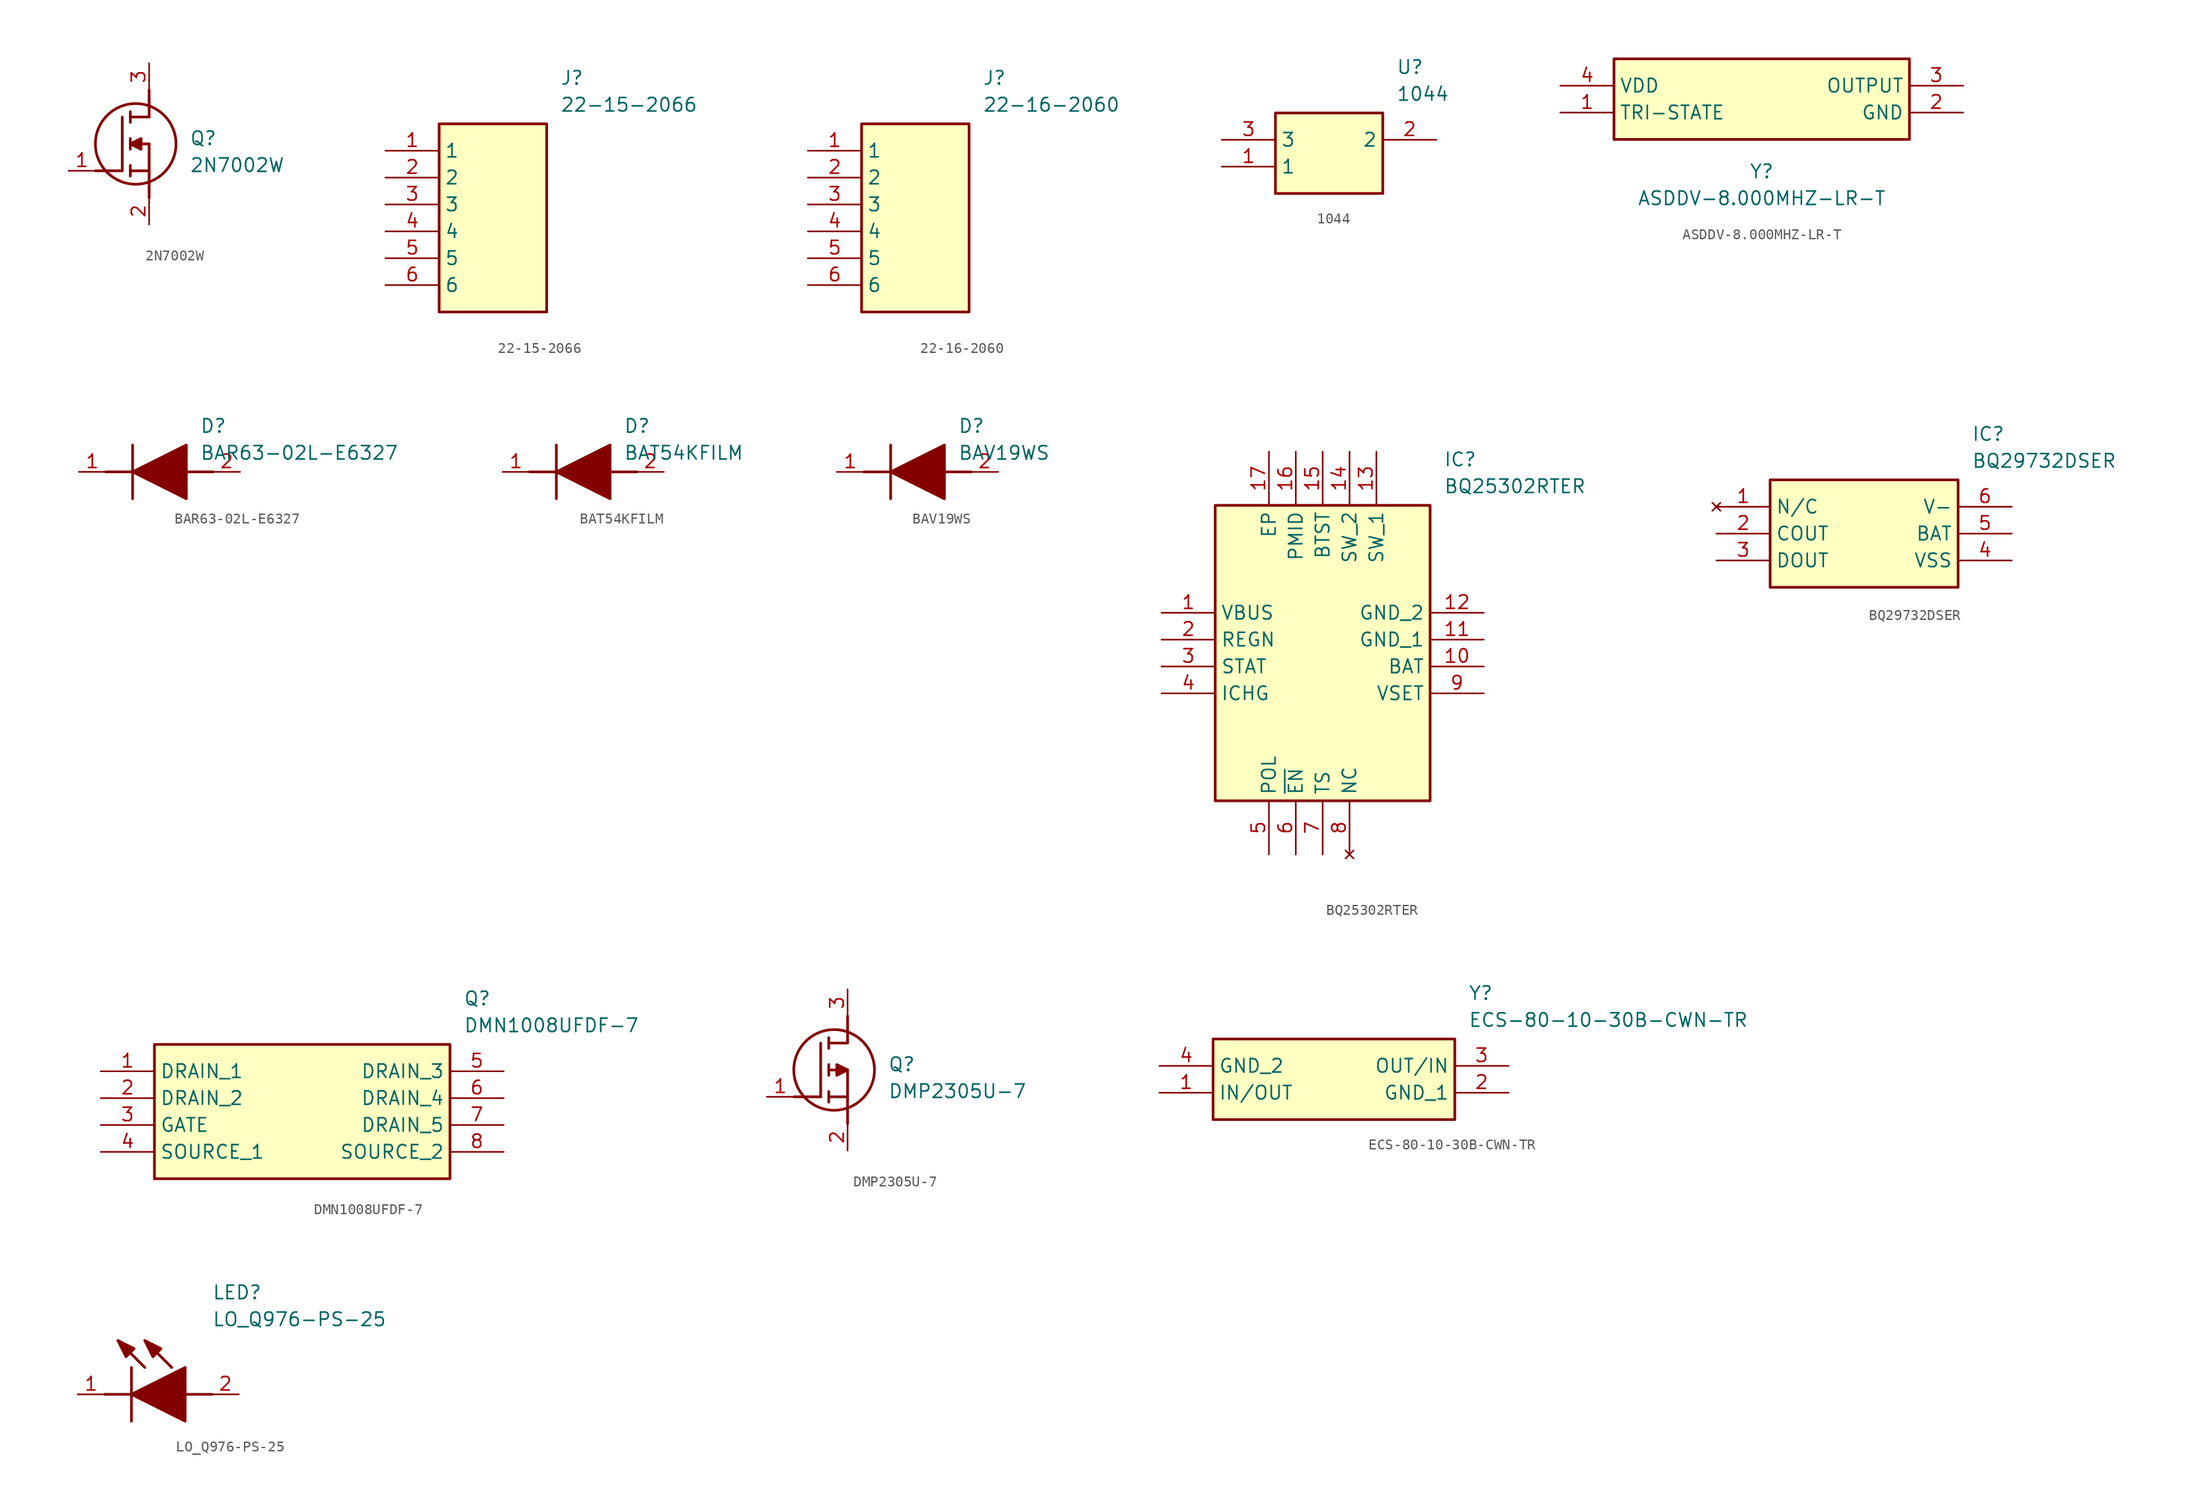
<source format=kicad_sym>
(kicad_symbol_lib
  (version 20231120)
  (generator "kicad_symbol_editor")
  (generator_version "8.0")
  (symbol "2N7002W"
    (pin_names hide)
    (property "Reference" "Q"
      (at 11.43 3.81 0)
      (effects (font (size 1.27 1.27)) (justify left top)))
    (property "Value" "2N7002W"
      (at 11.43 1.27 0)
      (effects (font (size 1.27 1.27)) (justify left top)))
    (symbol "2N7002W_1_1"
      (polyline (pts (xy 2.54 0) (xy 5.08 0)) (stroke (width 0.254) (type default)) (fill (type none)))
      (polyline (pts (xy 5.08 5.08) (xy 5.08 0)) (stroke (width 0.254) (type default)) (fill (type none)))
      (polyline (pts (xy 5.842 -0.508) (xy 5.842 0.508)) (stroke (width 0.254) (type default)) (fill (type none)))
      (polyline (pts (xy 5.842 0) (xy 7.62 0)) (stroke (width 0.254) (type default)) (fill (type none)))
      (polyline (pts (xy 5.842 2.032) (xy 5.842 3.048)) (stroke (width 0.254) (type default)) (fill (type none)))
      (polyline (pts (xy 5.842 5.588) (xy 5.842 4.572)) (stroke (width 0.254) (type default)) (fill (type none)))
      (polyline (pts (xy 7.62 2.54) (xy 5.842 2.54)) (stroke (width 0.254) (type default)) (fill (type none)))
      (polyline (pts (xy 7.62 2.54) (xy 7.62 -2.54)) (stroke (width 0.254) (type default)) (fill (type none)))
      (polyline (pts (xy 7.62 5.08) (xy 5.842 5.08)) (stroke (width 0.254) (type default)) (fill (type none)))
      (polyline (pts (xy 7.62 5.08) (xy 7.62 7.62)) (stroke (width 0.254) (type default)) (fill (type none)))
      (polyline (pts (xy 5.842 2.54) (xy 6.858 3.048) (xy 6.858 2.032) (xy 5.842 2.54)) (stroke (width 0.254) (type default)) (fill (type outline)))
      (circle (center 6.35 2.54) (radius 3.81) (stroke (width 0.254) (type default)) (fill (type none)))
      (pin passive line (at 0 0 0) (length 2.54) (name "G" (effects (font (size 1.27 1.27)))) (number "1" (effects (font (size 1.27 1.27)))))
      (pin passive line (at 7.62 -5.08 90) (length 2.54) (name "S" (effects (font (size 1.27 1.27)))) (number "2" (effects (font (size 1.27 1.27)))))
      (pin passive line (at 7.62 10.16 270) (length 2.54) (name "D" (effects (font (size 1.27 1.27)))) (number "3" (effects (font (size 1.27 1.27)))))))
  (symbol "22-15-2066"
    (property "Reference" "J"
      (at 16.51 7.62 0)
      (effects (font (size 1.27 1.27)) (justify left top)))
    (property "Value" "22-15-2066"
      (at 16.51 5.08 0)
      (effects (font (size 1.27 1.27)) (justify left top)))
    (symbol "22-15-2066_1_1"
      (rectangle (start 5.08 2.54) (end 15.24 -15.24) (stroke (width 0.254) (type default)) (fill (type background)))
      (pin passive line (at 0 0 0) (length 5.08) (name "1" (effects (font (size 1.27 1.27)))) (number "1" (effects (font (size 1.27 1.27)))))
      (pin passive line (at 0 -2.54 0) (length 5.08) (name "2" (effects (font (size 1.27 1.27)))) (number "2" (effects (font (size 1.27 1.27)))))
      (pin passive line (at 0 -5.08 0) (length 5.08) (name "3" (effects (font (size 1.27 1.27)))) (number "3" (effects (font (size 1.27 1.27)))))
      (pin passive line (at 0 -7.62 0) (length 5.08) (name "4" (effects (font (size 1.27 1.27)))) (number "4" (effects (font (size 1.27 1.27)))))
      (pin passive line (at 0 -10.16 0) (length 5.08) (name "5" (effects (font (size 1.27 1.27)))) (number "5" (effects (font (size 1.27 1.27)))))
      (pin passive line (at 0 -12.7 0) (length 5.08) (name "6" (effects (font (size 1.27 1.27)))) (number "6" (effects (font (size 1.27 1.27)))))))
  (symbol "22-16-2060"
    (property "Reference" "J"
      (at 16.51 7.62 0)
      (effects (font (size 1.27 1.27)) (justify left top)))
    (property "Value" "22-16-2060"
      (at 16.51 5.08 0)
      (effects (font (size 1.27 1.27)) (justify left top)))
    (symbol "22-16-2060_1_1"
      (rectangle (start 5.08 2.54) (end 15.24 -15.24) (stroke (width 0.254) (type default)) (fill (type background)))
      (pin passive line (at 0 0 0) (length 5.08) (name "1" (effects (font (size 1.27 1.27)))) (number "1" (effects (font (size 1.27 1.27)))))
      (pin passive line (at 0 -2.54 0) (length 5.08) (name "2" (effects (font (size 1.27 1.27)))) (number "2" (effects (font (size 1.27 1.27)))))
      (pin passive line (at 0 -5.08 0) (length 5.08) (name "3" (effects (font (size 1.27 1.27)))) (number "3" (effects (font (size 1.27 1.27)))))
      (pin passive line (at 0 -7.62 0) (length 5.08) (name "4" (effects (font (size 1.27 1.27)))) (number "4" (effects (font (size 1.27 1.27)))))
      (pin passive line (at 0 -10.16 0) (length 5.08) (name "5" (effects (font (size 1.27 1.27)))) (number "5" (effects (font (size 1.27 1.27)))))
      (pin passive line (at 0 -12.7 0) (length 5.08) (name "6" (effects (font (size 1.27 1.27)))) (number "6" (effects (font (size 1.27 1.27)))))))
  (symbol "1044"
    (property "Reference" "U"
      (at 16.51 7.62 0)
      (effects (font (size 1.27 1.27)) (justify left top)))
    (property "Value" "1044"
      (at 16.51 5.08 0)
      (effects (font (size 1.27 1.27)) (justify left top)))
    (symbol "1044_1_1"
      (rectangle (start 5.08 2.54) (end 15.24 -5.08) (stroke (width 0.254) (type default)) (fill (type background)))
      (pin passive line (at 0 -2.54 0) (length 5.08) (name "1" (effects (font (size 1.27 1.27)))) (number "1" (effects (font (size 1.27 1.27)))))
      (pin passive line (at 20.32 0 180) (length 5.08) (name "2" (effects (font (size 1.27 1.27)))) (number "2" (effects (font (size 1.27 1.27)))))
      (pin passive line (at 0 0 0) (length 5.08) (name "3" (effects (font (size 1.27 1.27)))) (number "3" (effects (font (size 1.27 1.27)))))))
  (symbol "ASDDV-8.000MHZ-LR-T"
    (property "Reference" "Y"
      (at 0 -6.096 0)
      (effects (font (size 1.27 1.27)) (justify top)))
    (property "Value" "ASDDV-8.000MHZ-LR-T"
      (at 0 -8.636 0)
      (effects (font (size 1.27 1.27)) (justify top)))
    (symbol "ASDDV-8.000MHZ-LR-T_1_1"
      (rectangle (start -13.97 3.81) (end 13.97 -3.81) (stroke (width 0.254) (type default)) (fill (type background)))
      (pin passive line (at -19.05 -1.27 0) (length 5.08) (name "TRI-STATE" (effects (font (size 1.27 1.27)))) (number "1" (effects (font (size 1.27 1.27)))))
      (pin passive line (at 19.05 -1.27 180) (length 5.08) (name "GND" (effects (font (size 1.27 1.27)))) (number "2" (effects (font (size 1.27 1.27)))))
      (pin passive line (at 19.05 1.27 180) (length 5.08) (name "OUTPUT" (effects (font (size 1.27 1.27)))) (number "3" (effects (font (size 1.27 1.27)))))
      (pin passive line (at -19.05 1.27 0) (length 5.08) (name "VDD" (effects (font (size 1.27 1.27)))) (number "4" (effects (font (size 1.27 1.27)))))))
  (symbol "BAR63-02L-E6327"
    (pin_names hide)
    (property "Reference" "D"
      (at 11.43 5.08 0)
      (effects (font (size 1.27 1.27)) (justify left top)))
    (property "Value" "BAR63-02L-E6327"
      (at 11.43 2.54 0)
      (effects (font (size 1.27 1.27)) (justify left top)))
    (polyline
      (pts (xy 5.08 2.54) (xy 5.08 -2.54))
      (stroke (width 0.254) (type default))
      (fill (type none)))
    (polyline
      (pts (xy 2.54 0) (xy 5.08 0))
      (stroke (width 0.254) (type default))
      (fill (type none)))
    (polyline
      (pts (xy 10.16 0) (xy 12.7 0))
      (stroke (width 0.254) (type default))
      (fill (type none)))
    (polyline
      (pts (xy 5.08 0) (xy 10.16 2.54) (xy 10.16 -2.54) (xy 5.08 0))
      (stroke (width 0.254) (type default))
      (fill (type outline)))
    (pin passive line
      (at 0 0 0)
      (length 2.54)
      (name "K" (effects (font (size 1.27 1.27))))
      (number "1" (effects (font (size 1.27 1.27)))))
    (pin passive line
      (at 15.24 0 180)
      (length 2.54)
      (name "A" (effects (font (size 1.27 1.27))))
      (number "2" (effects (font (size 1.27 1.27))))))
  (symbol "BAT54KFILM"
    (pin_names hide)
    (property "Reference" "D"
      (at 11.43 5.08 0)
      (effects (font (size 1.27 1.27)) (justify left top)))
    (property "Value" "BAT54KFILM"
      (at 11.43 2.54 0)
      (effects (font (size 1.27 1.27)) (justify left top)))
    (symbol "BAT54KFILM_1_1"
      (polyline (pts (xy 2.54 0) (xy 5.08 0)) (stroke (width 0.254) (type default)) (fill (type none)))
      (polyline (pts (xy 5.08 2.54) (xy 5.08 -2.54)) (stroke (width 0.254) (type default)) (fill (type none)))
      (polyline (pts (xy 10.16 0) (xy 12.7 0)) (stroke (width 0.254) (type default)) (fill (type none)))
      (polyline (pts (xy 5.08 0) (xy 10.16 2.54) (xy 10.16 -2.54) (xy 5.08 0)) (stroke (width 0.254) (type default)) (fill (type outline)))
      (pin passive line (at 0 0 0) (length 2.54) (name "K" (effects (font (size 1.27 1.27)))) (number "1" (effects (font (size 1.27 1.27)))))
      (pin passive line (at 15.24 0 180) (length 2.54) (name "A" (effects (font (size 1.27 1.27)))) (number "2" (effects (font (size 1.27 1.27)))))))
  (symbol "BAV19WS"
    (pin_names hide)
    (property "Reference" "D"
      (at 11.43 5.08 0)
      (effects (font (size 1.27 1.27)) (justify left top)))
    (property "Value" "BAV19WS"
      (at 11.43 2.54 0)
      (effects (font (size 1.27 1.27)) (justify left top)))
    (polyline
      (pts (xy 5.08 2.54) (xy 5.08 -2.54))
      (stroke (width 0.254) (type default))
      (fill (type none)))
    (polyline
      (pts (xy 2.54 0) (xy 5.08 0))
      (stroke (width 0.254) (type default))
      (fill (type none)))
    (polyline
      (pts (xy 10.16 0) (xy 12.7 0))
      (stroke (width 0.254) (type default))
      (fill (type none)))
    (polyline
      (pts (xy 5.08 0) (xy 10.16 2.54) (xy 10.16 -2.54) (xy 5.08 0))
      (stroke (width 0.254) (type default))
      (fill (type outline)))
    (pin passive line
      (at 0 0 0)
      (length 2.54)
      (name "K" (effects (font (size 1.27 1.27))))
      (number "1" (effects (font (size 1.27 1.27)))))
    (pin passive line
      (at 15.24 0 180)
      (length 2.54)
      (name "A" (effects (font (size 1.27 1.27))))
      (number "2" (effects (font (size 1.27 1.27))))))
  (symbol "BQ25302RTER"
    (property "Reference" "IC"
      (at 26.67 15.24 0)
      (effects (font (size 1.27 1.27)) (justify left top)))
    (property "Value" "BQ25302RTER"
      (at 26.67 12.7 0)
      (effects (font (size 1.27 1.27)) (justify left top)))
    (symbol "BQ25302RTER_1_1"
      (rectangle (start 5.08 10.16) (end 25.4 -17.78) (stroke (width 0.254) (type default)) (fill (type background)))
      (pin passive line (at 0 0 0) (length 5.08) (name "VBUS" (effects (font (size 1.27 1.27)))) (number "1" (effects (font (size 1.27 1.27)))))
      (pin passive line (at 30.48 -5.08 180) (length 5.08) (name "BAT" (effects (font (size 1.27 1.27)))) (number "10" (effects (font (size 1.27 1.27)))))
      (pin passive line (at 30.48 -2.54 180) (length 5.08) (name "GND_1" (effects (font (size 1.27 1.27)))) (number "11" (effects (font (size 1.27 1.27)))))
      (pin passive line (at 30.48 0 180) (length 5.08) (name "GND_2" (effects (font (size 1.27 1.27)))) (number "12" (effects (font (size 1.27 1.27)))))
      (pin passive line (at 20.32 15.24 270) (length 5.08) (name "SW_1" (effects (font (size 1.27 1.27)))) (number "13" (effects (font (size 1.27 1.27)))))
      (pin passive line (at 17.78 15.24 270) (length 5.08) (name "SW_2" (effects (font (size 1.27 1.27)))) (number "14" (effects (font (size 1.27 1.27)))))
      (pin passive line (at 15.24 15.24 270) (length 5.08) (name "BTST" (effects (font (size 1.27 1.27)))) (number "15" (effects (font (size 1.27 1.27)))))
      (pin passive line (at 12.7 15.24 270) (length 5.08) (name "PMID" (effects (font (size 1.27 1.27)))) (number "16" (effects (font (size 1.27 1.27)))))
      (pin passive line (at 10.16 15.24 270) (length 5.08) (name "EP" (effects (font (size 1.27 1.27)))) (number "17" (effects (font (size 1.27 1.27)))))
      (pin passive line (at 0 -2.54 0) (length 5.08) (name "REGN" (effects (font (size 1.27 1.27)))) (number "2" (effects (font (size 1.27 1.27)))))
      (pin passive line (at 0 -5.08 0) (length 5.08) (name "STAT" (effects (font (size 1.27 1.27)))) (number "3" (effects (font (size 1.27 1.27)))))
      (pin passive line (at 0 -7.62 0) (length 5.08) (name "ICHG" (effects (font (size 1.27 1.27)))) (number "4" (effects (font (size 1.27 1.27)))))
      (pin passive line (at 10.16 -22.86 90) (length 5.08) (name "POL" (effects (font (size 1.27 1.27)))) (number "5" (effects (font (size 1.27 1.27)))))
      (pin passive line (at 12.7 -22.86 90) (length 5.08) (name "~{EN}" (effects (font (size 1.27 1.27)))) (number "6" (effects (font (size 1.27 1.27)))))
      (pin passive line (at 15.24 -22.86 90) (length 5.08) (name "TS" (effects (font (size 1.27 1.27)))) (number "7" (effects (font (size 1.27 1.27)))))
      (pin no_connect line (at 17.78 -22.86 90) (length 5.08) (name "NC" (effects (font (size 1.27 1.27)))) (number "8" (effects (font (size 1.27 1.27)))))
      (pin passive line (at 30.48 -7.62 180) (length 5.08) (name "VSET" (effects (font (size 1.27 1.27)))) (number "9" (effects (font (size 1.27 1.27)))))))
  (symbol "BQ29732DSER"
    (property "Reference" "IC"
      (at 24.13 7.62 0)
      (effects (font (size 1.27 1.27)) (justify left top)))
    (property "Value" "BQ29732DSER"
      (at 24.13 5.08 0)
      (effects (font (size 1.27 1.27)) (justify left top)))
    (symbol "BQ29732DSER_1_1"
      (rectangle (start 5.08 2.54) (end 22.86 -7.62) (stroke (width 0.254) (type default)) (fill (type background)))
      (pin no_connect line (at 0 0 0) (length 5.08) (name "N/C" (effects (font (size 1.27 1.27)))) (number "1" (effects (font (size 1.27 1.27)))))
      (pin output line (at 0 -2.54 0) (length 5.08) (name "COUT" (effects (font (size 1.27 1.27)))) (number "2" (effects (font (size 1.27 1.27)))))
      (pin output line (at 0 -5.08 0) (length 5.08) (name "DOUT" (effects (font (size 1.27 1.27)))) (number "3" (effects (font (size 1.27 1.27)))))
      (pin power_in line (at 27.94 -5.08 180) (length 5.08) (name "VSS" (effects (font (size 1.27 1.27)))) (number "4" (effects (font (size 1.27 1.27)))))
      (pin power_in line (at 27.94 -2.54 180) (length 5.08) (name "BAT" (effects (font (size 1.27 1.27)))) (number "5" (effects (font (size 1.27 1.27)))))
      (pin bidirectional line (at 27.94 0 180) (length 5.08) (name "V-" (effects (font (size 1.27 1.27)))) (number "6" (effects (font (size 1.27 1.27)))))))
  (symbol "DMN1008UFDF-7"
    (property "Reference" "Q"
      (at 34.29 7.62 0)
      (effects (font (size 1.27 1.27)) (justify left top)))
    (property "Value" "DMN1008UFDF-7"
      (at 34.29 5.08 0)
      (effects (font (size 1.27 1.27)) (justify left top)))
    (symbol "DMN1008UFDF-7_1_1"
      (rectangle (start 5.08 2.54) (end 33.02 -10.16) (stroke (width 0.254) (type default)) (fill (type background)))
      (pin passive line (at 0 0 0) (length 5.08) (name "DRAIN_1" (effects (font (size 1.27 1.27)))) (number "1" (effects (font (size 1.27 1.27)))))
      (pin passive line (at 0 -2.54 0) (length 5.08) (name "DRAIN_2" (effects (font (size 1.27 1.27)))) (number "2" (effects (font (size 1.27 1.27)))))
      (pin passive line (at 0 -5.08 0) (length 5.08) (name "GATE" (effects (font (size 1.27 1.27)))) (number "3" (effects (font (size 1.27 1.27)))))
      (pin passive line (at 0 -7.62 0) (length 5.08) (name "SOURCE_1" (effects (font (size 1.27 1.27)))) (number "4" (effects (font (size 1.27 1.27)))))
      (pin passive line (at 38.1 0 180) (length 5.08) (name "DRAIN_3" (effects (font (size 1.27 1.27)))) (number "5" (effects (font (size 1.27 1.27)))))
      (pin passive line (at 38.1 -2.54 180) (length 5.08) (name "DRAIN_4" (effects (font (size 1.27 1.27)))) (number "6" (effects (font (size 1.27 1.27)))))
      (pin passive line (at 38.1 -5.08 180) (length 5.08) (name "DRAIN_5" (effects (font (size 1.27 1.27)))) (number "7" (effects (font (size 1.27 1.27)))))
      (pin passive line (at 38.1 -7.62 180) (length 5.08) (name "SOURCE_2" (effects (font (size 1.27 1.27)))) (number "8" (effects (font (size 1.27 1.27)))))))
  (symbol "DMP2305U-7"
    (pin_names hide)
    (property "Reference" "Q"
      (at 11.43 3.81 0)
      (effects (font (size 1.27 1.27)) (justify left top)))
    (property "Value" "DMP2305U-7"
      (at 11.43 1.27 0)
      (effects (font (size 1.27 1.27)) (justify left top)))
    (symbol "DMP2305U-7_1_1"
      (polyline (pts (xy 2.54 0) (xy 5.08 0)) (stroke (width 0.254) (type default)) (fill (type none)))
      (polyline (pts (xy 5.08 5.08) (xy 5.08 0)) (stroke (width 0.254) (type default)) (fill (type none)))
      (polyline (pts (xy 5.842 -0.508) (xy 5.842 0.508)) (stroke (width 0.254) (type default)) (fill (type none)))
      (polyline (pts (xy 5.842 0) (xy 7.62 0)) (stroke (width 0.254) (type default)) (fill (type none)))
      (polyline (pts (xy 5.842 2.032) (xy 5.842 3.048)) (stroke (width 0.254) (type default)) (fill (type none)))
      (polyline (pts (xy 5.842 5.588) (xy 5.842 4.572)) (stroke (width 0.254) (type default)) (fill (type none)))
      (polyline (pts (xy 7.62 2.54) (xy 5.842 2.54)) (stroke (width 0.254) (type default)) (fill (type none)))
      (polyline (pts (xy 7.62 2.54) (xy 7.62 -2.54)) (stroke (width 0.254) (type default)) (fill (type none)))
      (polyline (pts (xy 7.62 5.08) (xy 5.842 5.08)) (stroke (width 0.254) (type default)) (fill (type none)))
      (polyline (pts (xy 7.62 5.08) (xy 7.62 7.62)) (stroke (width 0.254) (type default)) (fill (type none)))
      (polyline (pts (xy 7.62 2.54) (xy 6.604 3.048) (xy 6.604 2.032) (xy 7.62 2.54)) (stroke (width 0.254) (type default)) (fill (type outline)))
      (circle (center 6.35 2.54) (radius 3.81) (stroke (width 0.254) (type default)) (fill (type none)))
      (pin passive line (at 0 0 0) (length 2.54) (name "G" (effects (font (size 1.27 1.27)))) (number "1" (effects (font (size 1.27 1.27)))))
      (pin passive line (at 7.62 -5.08 90) (length 2.54) (name "S" (effects (font (size 1.27 1.27)))) (number "2" (effects (font (size 1.27 1.27)))))
      (pin passive line (at 7.62 10.16 270) (length 2.54) (name "D" (effects (font (size 1.27 1.27)))) (number "3" (effects (font (size 1.27 1.27)))))))
  (symbol "ECS-80-10-30B-CWN-TR"
    (property "Reference" "Y"
      (at 29.21 7.62 0)
      (effects (font (size 1.27 1.27)) (justify left top)))
    (property "Value" "ECS-80-10-30B-CWN-TR"
      (at 29.21 5.08 0)
      (effects (font (size 1.27 1.27)) (justify left top)))
    (rectangle
      (start 5.08 2.54)
      (end 27.94 -5.08)
      (stroke (width 0.254) (type default))
      (fill (type background)))
    (pin passive line
      (at 0 -2.54 0)
      (length 5.08)
      (name "IN/OUT" (effects (font (size 1.27 1.27))))
      (number "1" (effects (font (size 1.27 1.27)))))
    (pin passive line
      (at 33.02 -2.54 180)
      (length 5.08)
      (name "GND_1" (effects (font (size 1.27 1.27))))
      (number "2" (effects (font (size 1.27 1.27)))))
    (pin passive line
      (at 33.02 0 180)
      (length 5.08)
      (name "OUT/IN" (effects (font (size 1.27 1.27))))
      (number "3" (effects (font (size 1.27 1.27)))))
    (pin passive line
      (at 0 0 0)
      (length 5.08)
      (name "GND_2" (effects (font (size 1.27 1.27))))
      (number "4" (effects (font (size 1.27 1.27))))))
  (symbol "LO_Q976-PS-25"
    (pin_names hide)
    (property "Reference" "LED"
      (at 12.7 8.89 0)
      (effects (font (size 1.27 1.27)) (justify left bottom)))
    (property "Value" "LO_Q976-PS-25"
      (at 12.7 6.35 0)
      (effects (font (size 1.27 1.27)) (justify left bottom)))
    (polyline
      (pts (xy 5.08 2.54) (xy 5.08 -2.54))
      (stroke (width 0.254) (type default))
      (fill (type none)))
    (polyline
      (pts (xy 6.35 2.54) (xy 3.81 5.08))
      (stroke (width 0.254) (type default))
      (fill (type none)))
    (polyline
      (pts (xy 8.89 2.54) (xy 6.35 5.08))
      (stroke (width 0.254) (type default))
      (fill (type none)))
    (polyline
      (pts (xy 2.54 0) (xy 5.08 0))
      (stroke (width 0.254) (type default))
      (fill (type none)))
    (polyline
      (pts (xy 10.16 0) (xy 12.7 0))
      (stroke (width 0.254) (type default))
      (fill (type none)))
    (polyline
      (pts (xy 5.08 0) (xy 10.16 2.54) (xy 10.16 -2.54) (xy 5.08 0))
      (stroke (width 0.254) (type default))
      (fill (type outline)))
    (polyline
      (pts (xy 5.334 4.318) (xy 4.572 3.556) (xy 3.81 5.08) (xy 5.334 4.318))
      (stroke (width 0.254) (type default))
      (fill (type outline)))
    (polyline
      (pts (xy 7.874 4.318) (xy 7.112 3.556) (xy 6.35 5.08) (xy 7.874 4.318))
      (stroke (width 0.254) (type default))
      (fill (type outline)))
    (pin passive line
      (at 0 0 0)
      (length 2.54)
      (name "K" (effects (font (size 1.27 1.27))))
      (number "1" (effects (font (size 1.27 1.27)))))
    (pin passive line
      (at 15.24 0 180)
      (length 2.54)
      (name "A" (effects (font (size 1.27 1.27))))
      (number "2" (effects (font (size 1.27 1.27)))))))
</source>
